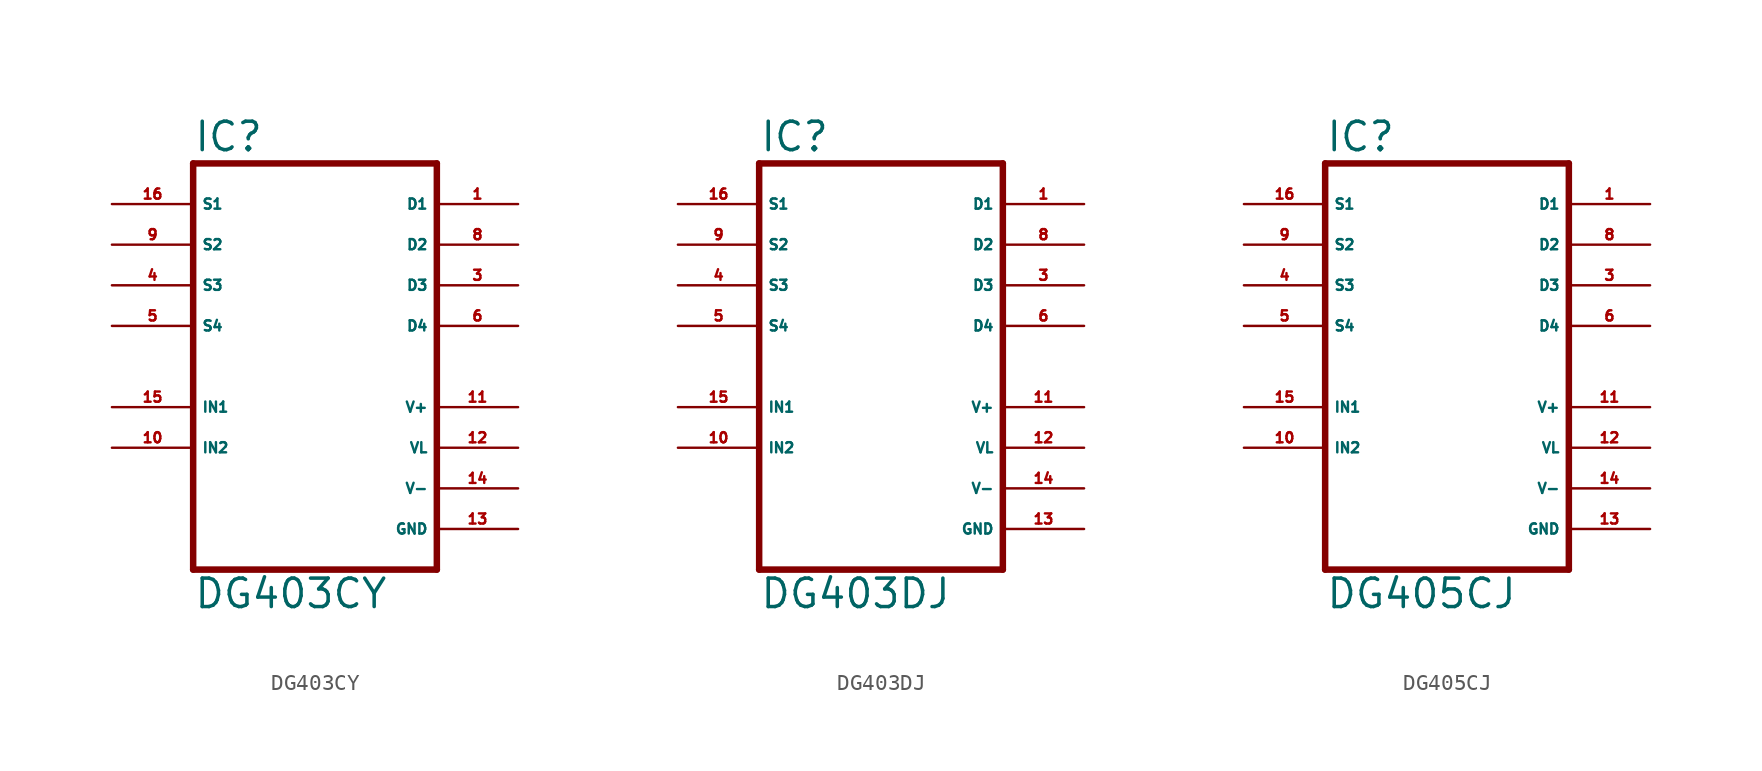
<source format=kicad_sym>
(kicad_symbol_lib
  (version 20220914)
  (generator Eagle2Kicad)
  (symbol "DG403CY"
    (property "Reference" "IC"
      (at -7.62 13.335 0)
      (effects (font (size 1.778 1.778) (thickness 0.22)) (justify left bottom)))
    (property "Value" "DG403CY"
      (at -7.62 -15.24 0)
      (effects (font (size 1.778 1.778) (thickness 0.22)) (justify left bottom)))
    (polyline
      (pts (xy 7.62 -12.7) (xy -7.62 -12.7))
      (stroke (width 0.406) (type default))
      (fill (type none)))
    (polyline
      (pts (xy -7.62 12.7) (xy -7.62 -12.7))
      (stroke (width 0.406) (type default))
      (fill (type none)))
    (polyline
      (pts (xy -7.62 12.7) (xy 7.62 12.7))
      (stroke (width 0.406) (type default))
      (fill (type none)))
    (polyline
      (pts (xy 7.62 -12.7) (xy 7.62 12.7))
      (stroke (width 0.406) (type default))
      (fill (type none)))
    (pin input line
      (at -12.7 -2.54 0)
      (length 5.08)
      (name "IN1" (effects (font (size 0.635 0.635) (thickness 0.08)) (justify left bottom)))
      (number "15" (effects (font (size 0.635 0.635) (thickness 0.08)) (justify left bottom))))
    (pin input line
      (at -12.7 -5.08 0)
      (length 5.08)
      (name "IN2" (effects (font (size 0.635 0.635) (thickness 0.08)) (justify left bottom)))
      (number "10" (effects (font (size 0.635 0.635) (thickness 0.08)) (justify left bottom))))
    (pin passive line
      (at -12.7 10.16 0)
      (length 5.08)
      (name "S1" (effects (font (size 0.635 0.635) (thickness 0.08)) (justify left bottom)))
      (number "16" (effects (font (size 0.635 0.635) (thickness 0.08)) (justify left bottom))))
    (pin passive line
      (at -12.7 7.62 0)
      (length 5.08)
      (name "S2" (effects (font (size 0.635 0.635) (thickness 0.08)) (justify left bottom)))
      (number "9" (effects (font (size 0.635 0.635) (thickness 0.08)) (justify left bottom))))
    (pin passive line
      (at -12.7 5.08 0)
      (length 5.08)
      (name "S3" (effects (font (size 0.635 0.635) (thickness 0.08)) (justify left bottom)))
      (number "4" (effects (font (size 0.635 0.635) (thickness 0.08)) (justify left bottom))))
    (pin passive line
      (at 12.7 10.16 180)
      (length 5.08)
      (name "D1" (effects (font (size 0.635 0.635) (thickness 0.08)) (justify left bottom)))
      (number "1" (effects (font (size 0.635 0.635) (thickness 0.08)) (justify left bottom))))
    (pin passive line
      (at 12.7 7.62 180)
      (length 5.08)
      (name "D2" (effects (font (size 0.635 0.635) (thickness 0.08)) (justify left bottom)))
      (number "8" (effects (font (size 0.635 0.635) (thickness 0.08)) (justify left bottom))))
    (pin passive line
      (at 12.7 5.08 180)
      (length 5.08)
      (name "D3" (effects (font (size 0.635 0.635) (thickness 0.08)) (justify left bottom)))
      (number "3" (effects (font (size 0.635 0.635) (thickness 0.08)) (justify left bottom))))
    (pin unspecified line
      (at 12.7 -10.16 180)
      (length 5.08)
      (name "GND" (effects (font (size 0.635 0.635) (thickness 0.08)) (justify left bottom)))
      (number "13" (effects (font (size 0.635 0.635) (thickness 0.08)) (justify left bottom))))
    (pin unspecified line
      (at 12.7 -7.62 180)
      (length 5.08)
      (name "V-" (effects (font (size 0.635 0.635) (thickness 0.08)) (justify left bottom)))
      (number "14" (effects (font (size 0.635 0.635) (thickness 0.08)) (justify left bottom))))
    (pin unspecified line
      (at 12.7 -2.54 180)
      (length 5.08)
      (name "V+" (effects (font (size 0.635 0.635) (thickness 0.08)) (justify left bottom)))
      (number "11" (effects (font (size 0.635 0.635) (thickness 0.08)) (justify left bottom))))
    (pin unspecified line
      (at 12.7 -5.08 180)
      (length 5.08)
      (name "VL" (effects (font (size 0.635 0.635) (thickness 0.08)) (justify left bottom)))
      (number "12" (effects (font (size 0.635 0.635) (thickness 0.08)) (justify left bottom))))
    (pin passive line
      (at 12.7 2.54 180)
      (length 5.08)
      (name "D4" (effects (font (size 0.635 0.635) (thickness 0.08)) (justify left bottom)))
      (number "6" (effects (font (size 0.635 0.635) (thickness 0.08)) (justify left bottom))))
    (pin passive line
      (at -12.7 2.54 0)
      (length 5.08)
      (name "S4" (effects (font (size 0.635 0.635) (thickness 0.08)) (justify left bottom)))
      (number "5" (effects (font (size 0.635 0.635) (thickness 0.08)) (justify left bottom)))))
  (symbol "DG403DJ"
    (property "Reference" "IC"
      (at -7.62 13.335 0)
      (effects (font (size 1.778 1.778) (thickness 0.22)) (justify left bottom)))
    (property "Value" "DG403DJ"
      (at -7.62 -15.24 0)
      (effects (font (size 1.778 1.778) (thickness 0.22)) (justify left bottom)))
    (polyline
      (pts (xy 7.62 -12.7) (xy -7.62 -12.7))
      (stroke (width 0.406) (type default))
      (fill (type none)))
    (polyline
      (pts (xy -7.62 12.7) (xy -7.62 -12.7))
      (stroke (width 0.406) (type default))
      (fill (type none)))
    (polyline
      (pts (xy -7.62 12.7) (xy 7.62 12.7))
      (stroke (width 0.406) (type default))
      (fill (type none)))
    (polyline
      (pts (xy 7.62 -12.7) (xy 7.62 12.7))
      (stroke (width 0.406) (type default))
      (fill (type none)))
    (pin input line
      (at -12.7 -2.54 0)
      (length 5.08)
      (name "IN1" (effects (font (size 0.635 0.635) (thickness 0.08)) (justify left bottom)))
      (number "15" (effects (font (size 0.635 0.635) (thickness 0.08)) (justify left bottom))))
    (pin input line
      (at -12.7 -5.08 0)
      (length 5.08)
      (name "IN2" (effects (font (size 0.635 0.635) (thickness 0.08)) (justify left bottom)))
      (number "10" (effects (font (size 0.635 0.635) (thickness 0.08)) (justify left bottom))))
    (pin passive line
      (at -12.7 10.16 0)
      (length 5.08)
      (name "S1" (effects (font (size 0.635 0.635) (thickness 0.08)) (justify left bottom)))
      (number "16" (effects (font (size 0.635 0.635) (thickness 0.08)) (justify left bottom))))
    (pin passive line
      (at -12.7 7.62 0)
      (length 5.08)
      (name "S2" (effects (font (size 0.635 0.635) (thickness 0.08)) (justify left bottom)))
      (number "9" (effects (font (size 0.635 0.635) (thickness 0.08)) (justify left bottom))))
    (pin passive line
      (at -12.7 5.08 0)
      (length 5.08)
      (name "S3" (effects (font (size 0.635 0.635) (thickness 0.08)) (justify left bottom)))
      (number "4" (effects (font (size 0.635 0.635) (thickness 0.08)) (justify left bottom))))
    (pin passive line
      (at 12.7 10.16 180)
      (length 5.08)
      (name "D1" (effects (font (size 0.635 0.635) (thickness 0.08)) (justify left bottom)))
      (number "1" (effects (font (size 0.635 0.635) (thickness 0.08)) (justify left bottom))))
    (pin passive line
      (at 12.7 7.62 180)
      (length 5.08)
      (name "D2" (effects (font (size 0.635 0.635) (thickness 0.08)) (justify left bottom)))
      (number "8" (effects (font (size 0.635 0.635) (thickness 0.08)) (justify left bottom))))
    (pin passive line
      (at 12.7 5.08 180)
      (length 5.08)
      (name "D3" (effects (font (size 0.635 0.635) (thickness 0.08)) (justify left bottom)))
      (number "3" (effects (font (size 0.635 0.635) (thickness 0.08)) (justify left bottom))))
    (pin unspecified line
      (at 12.7 -10.16 180)
      (length 5.08)
      (name "GND" (effects (font (size 0.635 0.635) (thickness 0.08)) (justify left bottom)))
      (number "13" (effects (font (size 0.635 0.635) (thickness 0.08)) (justify left bottom))))
    (pin unspecified line
      (at 12.7 -7.62 180)
      (length 5.08)
      (name "V-" (effects (font (size 0.635 0.635) (thickness 0.08)) (justify left bottom)))
      (number "14" (effects (font (size 0.635 0.635) (thickness 0.08)) (justify left bottom))))
    (pin unspecified line
      (at 12.7 -2.54 180)
      (length 5.08)
      (name "V+" (effects (font (size 0.635 0.635) (thickness 0.08)) (justify left bottom)))
      (number "11" (effects (font (size 0.635 0.635) (thickness 0.08)) (justify left bottom))))
    (pin unspecified line
      (at 12.7 -5.08 180)
      (length 5.08)
      (name "VL" (effects (font (size 0.635 0.635) (thickness 0.08)) (justify left bottom)))
      (number "12" (effects (font (size 0.635 0.635) (thickness 0.08)) (justify left bottom))))
    (pin passive line
      (at 12.7 2.54 180)
      (length 5.08)
      (name "D4" (effects (font (size 0.635 0.635) (thickness 0.08)) (justify left bottom)))
      (number "6" (effects (font (size 0.635 0.635) (thickness 0.08)) (justify left bottom))))
    (pin passive line
      (at -12.7 2.54 0)
      (length 5.08)
      (name "S4" (effects (font (size 0.635 0.635) (thickness 0.08)) (justify left bottom)))
      (number "5" (effects (font (size 0.635 0.635) (thickness 0.08)) (justify left bottom)))))
  (symbol "DG405CJ"
    (property "Reference" "IC"
      (at -7.62 13.335 0)
      (effects (font (size 1.778 1.778) (thickness 0.22)) (justify left bottom)))
    (property "Value" "DG405CJ"
      (at -7.62 -15.24 0)
      (effects (font (size 1.778 1.778) (thickness 0.22)) (justify left bottom)))
    (polyline
      (pts (xy 7.62 -12.7) (xy -7.62 -12.7))
      (stroke (width 0.406) (type default))
      (fill (type none)))
    (polyline
      (pts (xy -7.62 12.7) (xy -7.62 -12.7))
      (stroke (width 0.406) (type default))
      (fill (type none)))
    (polyline
      (pts (xy -7.62 12.7) (xy 7.62 12.7))
      (stroke (width 0.406) (type default))
      (fill (type none)))
    (polyline
      (pts (xy 7.62 -12.7) (xy 7.62 12.7))
      (stroke (width 0.406) (type default))
      (fill (type none)))
    (pin input line
      (at -12.7 -2.54 0)
      (length 5.08)
      (name "IN1" (effects (font (size 0.635 0.635) (thickness 0.08)) (justify left bottom)))
      (number "15" (effects (font (size 0.635 0.635) (thickness 0.08)) (justify left bottom))))
    (pin input line
      (at -12.7 -5.08 0)
      (length 5.08)
      (name "IN2" (effects (font (size 0.635 0.635) (thickness 0.08)) (justify left bottom)))
      (number "10" (effects (font (size 0.635 0.635) (thickness 0.08)) (justify left bottom))))
    (pin passive line
      (at -12.7 10.16 0)
      (length 5.08)
      (name "S1" (effects (font (size 0.635 0.635) (thickness 0.08)) (justify left bottom)))
      (number "16" (effects (font (size 0.635 0.635) (thickness 0.08)) (justify left bottom))))
    (pin passive line
      (at -12.7 7.62 0)
      (length 5.08)
      (name "S2" (effects (font (size 0.635 0.635) (thickness 0.08)) (justify left bottom)))
      (number "9" (effects (font (size 0.635 0.635) (thickness 0.08)) (justify left bottom))))
    (pin passive line
      (at -12.7 5.08 0)
      (length 5.08)
      (name "S3" (effects (font (size 0.635 0.635) (thickness 0.08)) (justify left bottom)))
      (number "4" (effects (font (size 0.635 0.635) (thickness 0.08)) (justify left bottom))))
    (pin passive line
      (at 12.7 10.16 180)
      (length 5.08)
      (name "D1" (effects (font (size 0.635 0.635) (thickness 0.08)) (justify left bottom)))
      (number "1" (effects (font (size 0.635 0.635) (thickness 0.08)) (justify left bottom))))
    (pin passive line
      (at 12.7 7.62 180)
      (length 5.08)
      (name "D2" (effects (font (size 0.635 0.635) (thickness 0.08)) (justify left bottom)))
      (number "8" (effects (font (size 0.635 0.635) (thickness 0.08)) (justify left bottom))))
    (pin passive line
      (at 12.7 5.08 180)
      (length 5.08)
      (name "D3" (effects (font (size 0.635 0.635) (thickness 0.08)) (justify left bottom)))
      (number "3" (effects (font (size 0.635 0.635) (thickness 0.08)) (justify left bottom))))
    (pin unspecified line
      (at 12.7 -10.16 180)
      (length 5.08)
      (name "GND" (effects (font (size 0.635 0.635) (thickness 0.08)) (justify left bottom)))
      (number "13" (effects (font (size 0.635 0.635) (thickness 0.08)) (justify left bottom))))
    (pin unspecified line
      (at 12.7 -7.62 180)
      (length 5.08)
      (name "V-" (effects (font (size 0.635 0.635) (thickness 0.08)) (justify left bottom)))
      (number "14" (effects (font (size 0.635 0.635) (thickness 0.08)) (justify left bottom))))
    (pin unspecified line
      (at 12.7 -2.54 180)
      (length 5.08)
      (name "V+" (effects (font (size 0.635 0.635) (thickness 0.08)) (justify left bottom)))
      (number "11" (effects (font (size 0.635 0.635) (thickness 0.08)) (justify left bottom))))
    (pin unspecified line
      (at 12.7 -5.08 180)
      (length 5.08)
      (name "VL" (effects (font (size 0.635 0.635) (thickness 0.08)) (justify left bottom)))
      (number "12" (effects (font (size 0.635 0.635) (thickness 0.08)) (justify left bottom))))
    (pin passive line
      (at 12.7 2.54 180)
      (length 5.08)
      (name "D4" (effects (font (size 0.635 0.635) (thickness 0.08)) (justify left bottom)))
      (number "6" (effects (font (size 0.635 0.635) (thickness 0.08)) (justify left bottom))))
    (pin passive line
      (at -12.7 2.54 0)
      (length 5.08)
      (name "S4" (effects (font (size 0.635 0.635) (thickness 0.08)) (justify left bottom)))
      (number "5" (effects (font (size 0.635 0.635) (thickness 0.08)) (justify left bottom))))))
</source>
